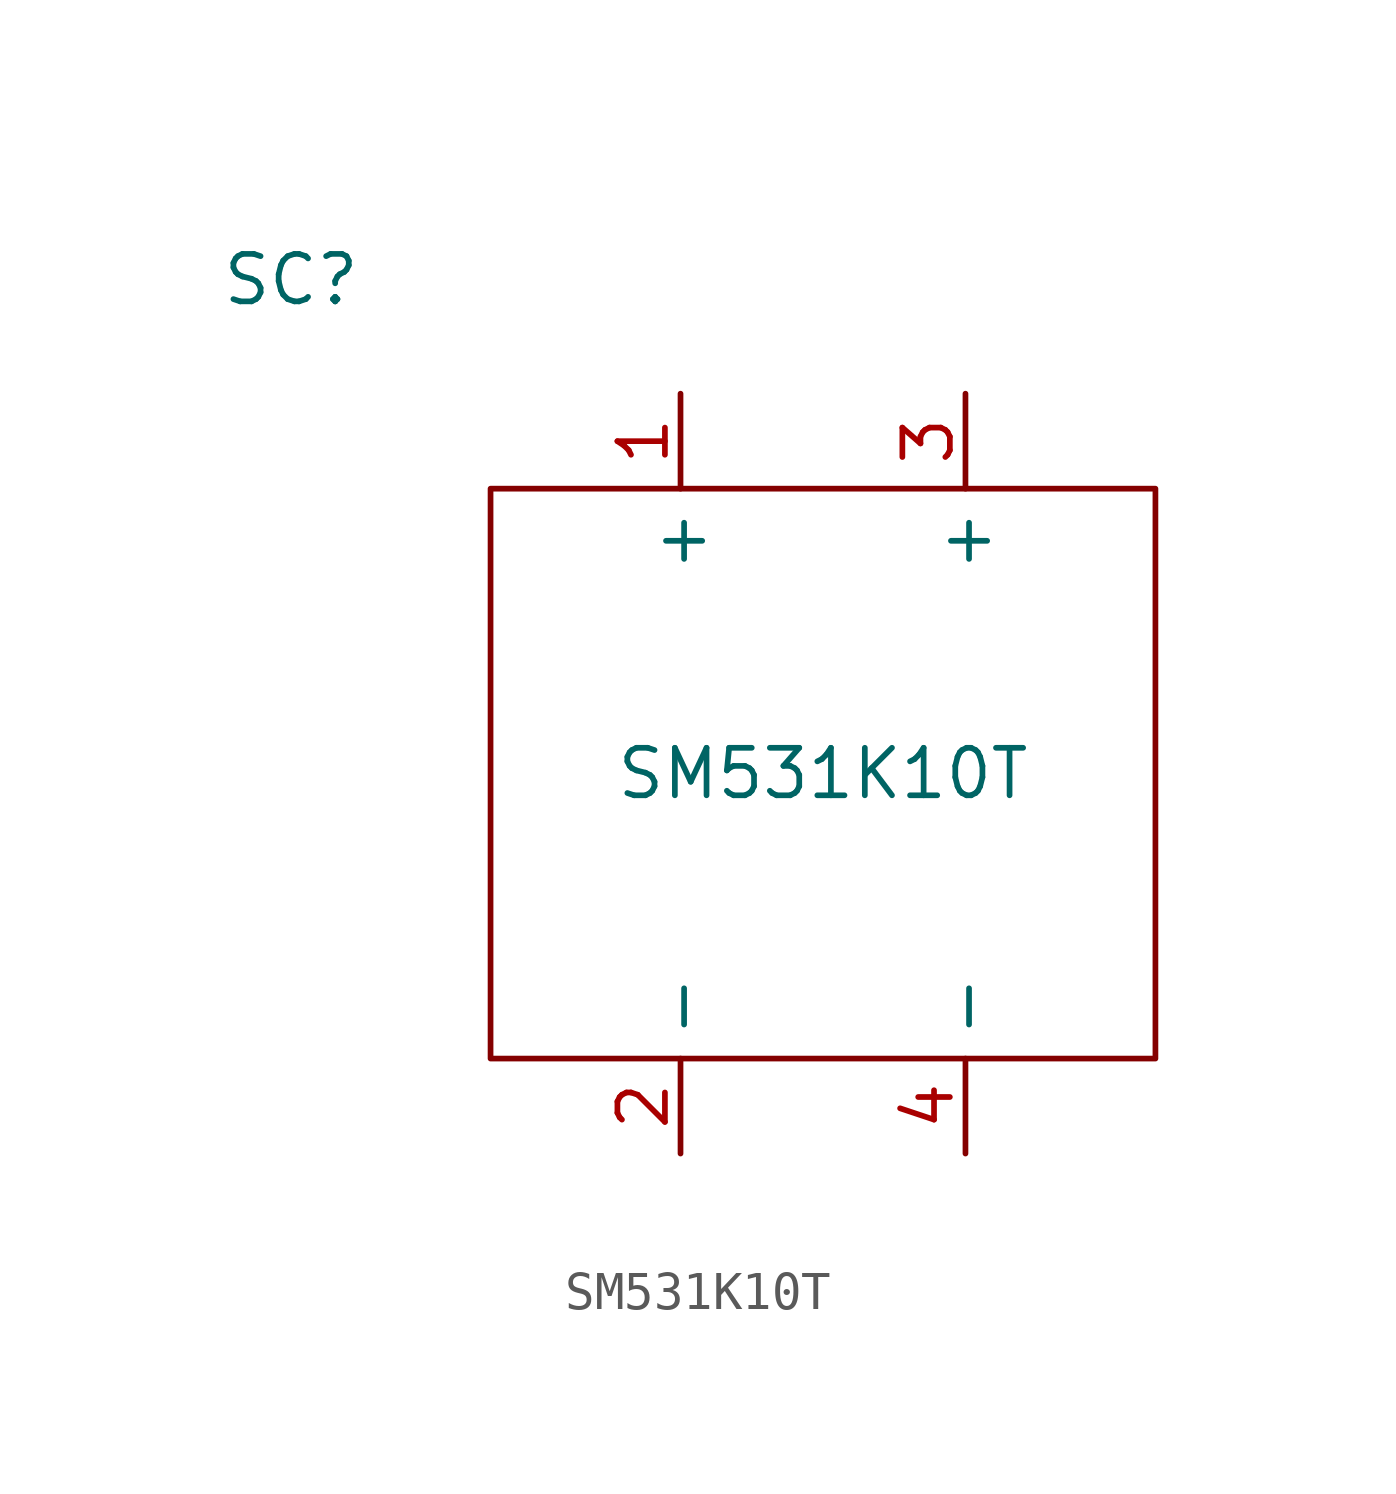
<source format=kicad_sym>
(kicad_symbol_lib
  (version 20241209)
  (generator "kicad_symbol_editor")
  (generator_version "9.0")
  (symbol "SM531K10T"
    (property "Reference" "SC"
      (at -14.224 13.208 0)
      (effects (font (size 1.27 1.27))))
    (property "Value" "SM531K10T"
      (at 0 0 0)
      (effects (font (size 1.27 1.27))))
    (symbol "SM531K10T_0_1"
      (rectangle (start -8.89 7.62) (end 8.89 -7.62) (stroke (width 0) (type default)) (fill (type none))))
    (symbol "SM531K10T_1_1"
      (pin input line (at -3.81 10.16 270) (length 2.54) (name "+" (effects (font (size 1.27 1.27)))) (number "1" (effects (font (size 1.27 1.27)))))
      (pin input line (at -3.81 -10.16 90) (length 2.54) (name "-" (effects (font (size 1.27 1.27)))) (number "2" (effects (font (size 1.27 1.27)))))
      (pin input line (at 3.81 10.16 270) (length 2.54) (name "+" (effects (font (size 1.27 1.27)))) (number "3" (effects (font (size 1.27 1.27)))))
      (pin input line (at 3.81 -10.16 90) (length 2.54) (name "-" (effects (font (size 1.27 1.27)))) (number "4" (effects (font (size 1.27 1.27))))))))
</source>
